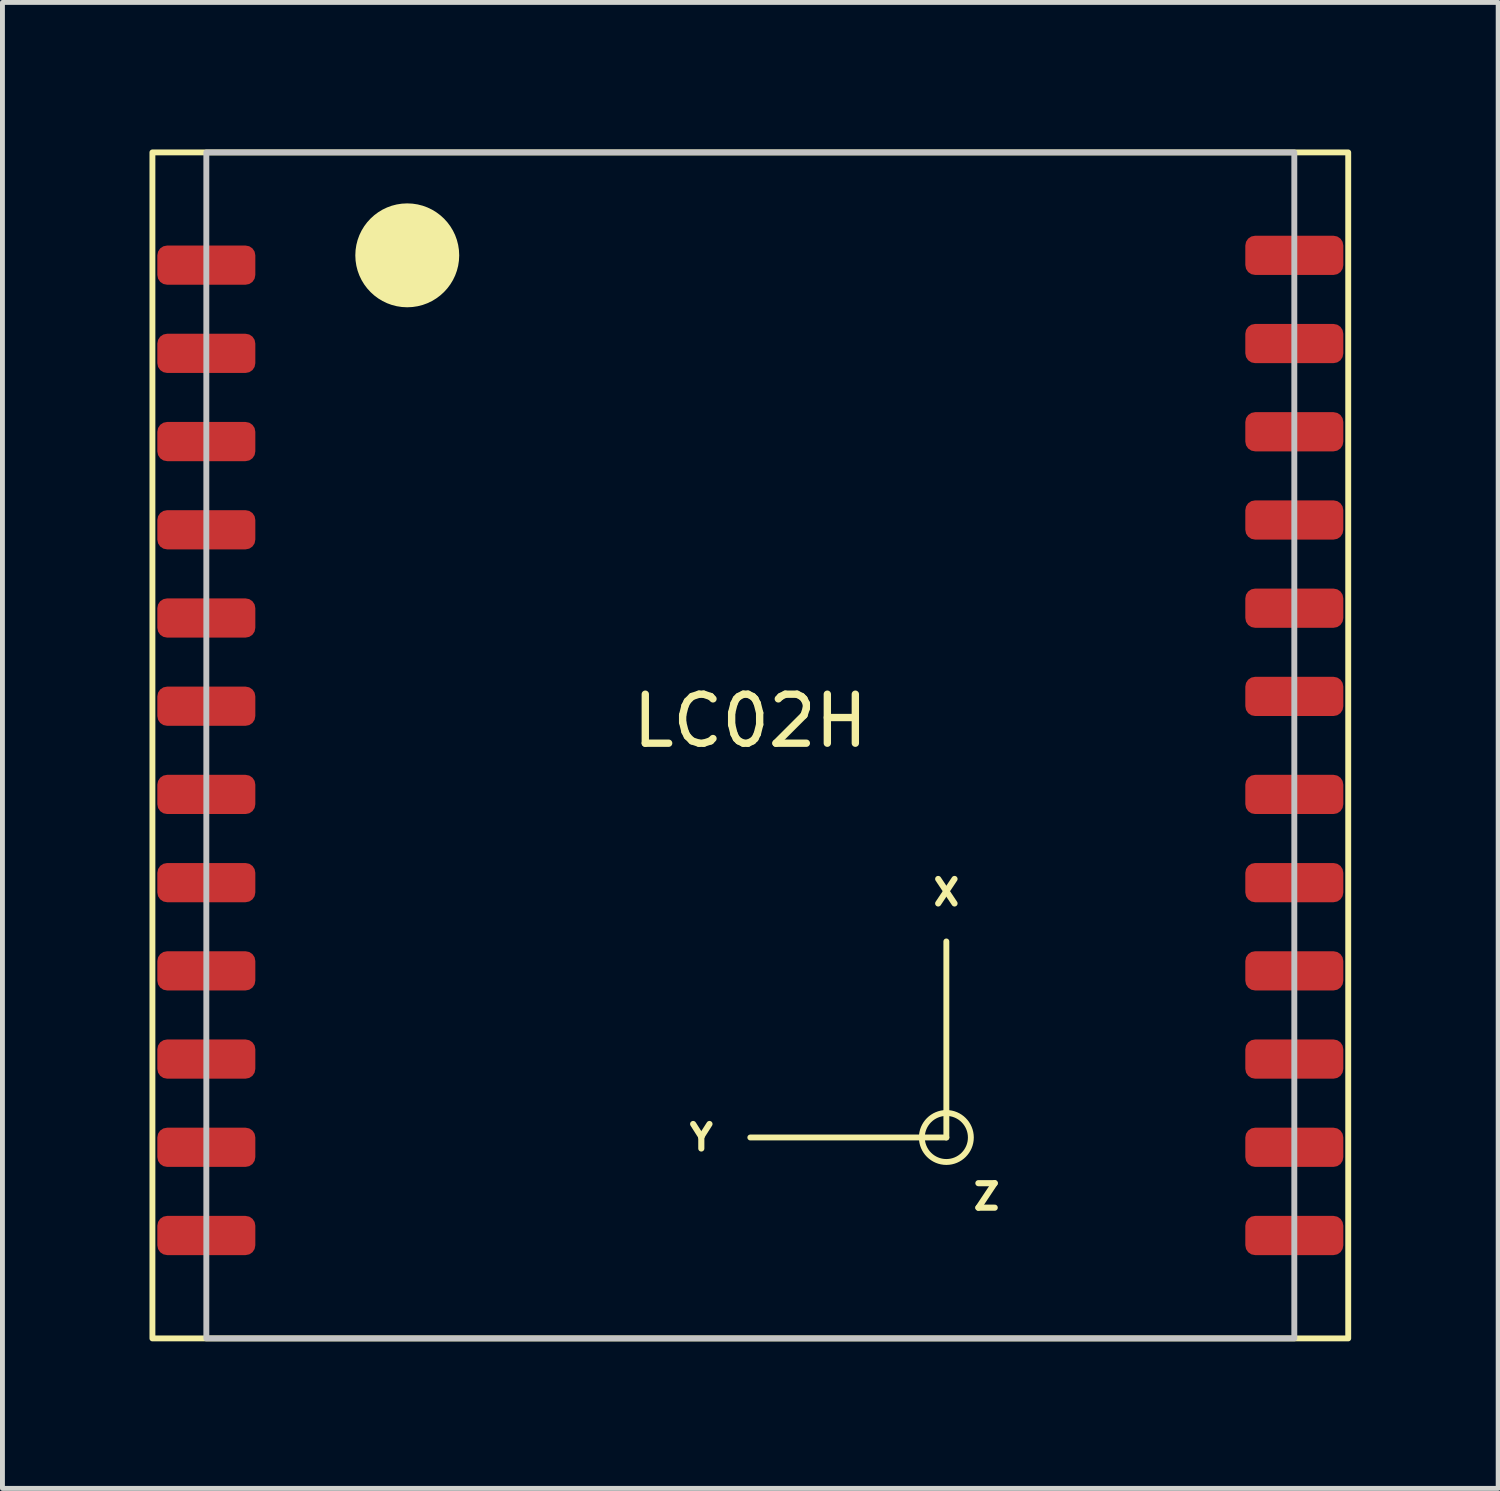
<source format=kicad_pcb>
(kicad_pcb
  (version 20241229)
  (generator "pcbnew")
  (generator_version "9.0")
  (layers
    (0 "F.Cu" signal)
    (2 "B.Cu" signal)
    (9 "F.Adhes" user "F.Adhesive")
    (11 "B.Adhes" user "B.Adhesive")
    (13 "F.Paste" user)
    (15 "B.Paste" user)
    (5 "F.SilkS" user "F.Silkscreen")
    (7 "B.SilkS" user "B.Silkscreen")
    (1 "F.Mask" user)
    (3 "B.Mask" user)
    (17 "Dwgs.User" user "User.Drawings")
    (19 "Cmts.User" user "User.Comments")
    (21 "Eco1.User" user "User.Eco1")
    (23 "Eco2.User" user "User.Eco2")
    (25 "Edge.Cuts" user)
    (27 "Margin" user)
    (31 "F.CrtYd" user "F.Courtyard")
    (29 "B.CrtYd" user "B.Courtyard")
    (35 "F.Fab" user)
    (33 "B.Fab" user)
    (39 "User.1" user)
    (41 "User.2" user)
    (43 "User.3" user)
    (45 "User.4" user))
  (footprint "LC02H"
    (layer "F.Cu")
    (at 12.26 12.16)
    (property "Reference" "LC02H" (at 0 -0.5 0) (unlocked yes) (layer "F.SilkS") (effects (font (size 1 1) (thickness 0.15))))
    (attr smd)
    (fp_line (start 0 8) (end 4 8) (stroke (width 0.12) (type default)) (layer "F.SilkS"))
    (fp_line (start 4 4) (end 4 8) (stroke (width 0.12) (type default)) (layer "F.SilkS"))
    (fp_rect (start -12.2 -12.1) (end 12.2 12.1) (stroke (width 0.12) (type default)) (fill no) (layer "F.SilkS"))
    (fp_circle (center -7 -10) (end -6 -10) (stroke (width 0.12) (type solid)) (fill yes) (layer "F.SilkS"))
    (fp_circle (center 4 8) (end 4.5 8) (stroke (width 0.12) (type default)) (fill no) (layer "F.SilkS"))
    (fp_rect (start -11.1 -12.1) (end 11.1 12.1) (stroke (width 0.12) (type solid)) (fill no) (layer "Dwgs.User"))
    (fp_text user "X" (at 4 3 0) (unlocked yes) (layer "F.SilkS") (effects (font (size 0.5 0.5) (thickness 0.125))))
    (fp_text user "Y" (at -1 8 0) (unlocked yes) (layer "F.SilkS") (effects (font (size 0.5 0.5) (thickness 0.125))))
    (fp_text user "Z" (at 4.5 9.5 0) (unlocked yes) (layer "F.SilkS") (effects (font (size 0.5 0.5) (thickness 0.125)) (justify left bottom)))
    (pad "1" smd roundrect (at -11.1 -9.8) (size 2 0.8) (layers "F.Cu" "F.Mask" "F.Paste") (roundrect_rratio 0.25))
    (pad "2" smd roundrect (at -11.1 -8) (size 2 0.8) (layers "F.Cu" "F.Mask" "F.Paste") (roundrect_rratio 0.25))
    (pad "3" smd roundrect (at -11.1 -6.2) (size 2 0.8) (layers "F.Cu" "F.Mask" "F.Paste") (roundrect_rratio 0.25))
    (pad "4" smd roundrect (at -11.1 -4.4) (size 2 0.8) (layers "F.Cu" "F.Mask" "F.Paste") (roundrect_rratio 0.25))
    (pad "5" smd roundrect (at -11.1 -2.6) (size 2 0.8) (layers "F.Cu" "F.Mask" "F.Paste") (roundrect_rratio 0.25))
    (pad "6" smd roundrect (at -11.1 -0.8) (size 2 0.8) (layers "F.Cu" "F.Mask" "F.Paste") (roundrect_rratio 0.25))
    (pad "7" smd roundrect (at -11.1 1) (size 2 0.8) (layers "F.Cu" "F.Mask" "F.Paste") (roundrect_rratio 0.25))
    (pad "8" smd roundrect (at -11.1 2.8) (size 2 0.8) (layers "F.Cu" "F.Mask" "F.Paste") (roundrect_rratio 0.25))
    (pad "9" smd roundrect (at -11.1 4.6) (size 2 0.8) (layers "F.Cu" "F.Mask" "F.Paste") (roundrect_rratio 0.25))
    (pad "10" smd roundrect (at -11.1 6.4) (size 2 0.8) (layers "F.Cu" "F.Mask" "F.Paste") (roundrect_rratio 0.25))
    (pad "11" smd roundrect (at -11.1 8.2) (size 2 0.8) (layers "F.Cu" "F.Mask" "F.Paste") (roundrect_rratio 0.25))
    (pad "12" smd roundrect (at -11.1 10) (size 2 0.8) (layers "F.Cu" "F.Mask" "F.Paste") (roundrect_rratio 0.25))
    (pad "13" smd roundrect (at 11.1 10) (size 2 0.8) (layers "F.Cu" "F.Mask" "F.Paste") (roundrect_rratio 0.25))
    (pad "14" smd roundrect (at 11.1 8.2) (size 2 0.8) (layers "F.Cu" "F.Mask" "F.Paste") (roundrect_rratio 0.25))
    (pad "15" smd roundrect (at 11.1 6.4) (size 2 0.8) (layers "F.Cu" "F.Mask" "F.Paste") (roundrect_rratio 0.25))
    (pad "16" smd roundrect (at 11.1 4.6) (size 2 0.8) (layers "F.Cu" "F.Mask" "F.Paste") (roundrect_rratio 0.25))
    (pad "17" smd roundrect (at 11.1 2.8) (size 2 0.8) (layers "F.Cu" "F.Mask" "F.Paste") (roundrect_rratio 0.25))
    (pad "18" smd roundrect (at 11.1 1) (size 2 0.8) (layers "F.Cu" "F.Mask" "F.Paste") (roundrect_rratio 0.25))
    (pad "19" smd roundrect (at 11.1 -1) (size 2 0.8) (layers "F.Cu" "F.Mask" "F.Paste") (roundrect_rratio 0.25))
    (pad "20" smd roundrect (at 11.1 -2.8) (size 2 0.8) (layers "F.Cu" "F.Mask" "F.Paste") (roundrect_rratio 0.25))
    (pad "21" smd roundrect (at 11.1 -4.6) (size 2 0.8) (layers "F.Cu" "F.Mask" "F.Paste") (roundrect_rratio 0.25))
    (pad "22" smd roundrect (at 11.1 -6.4) (size 2 0.8) (layers "F.Cu" "F.Mask" "F.Paste") (roundrect_rratio 0.25))
    (pad "23" smd roundrect (at 11.1 -8.2) (size 2 0.8) (layers "F.Cu" "F.Mask" "F.Paste") (roundrect_rratio 0.25))
    (pad "24" smd roundrect (at 11.1 -10) (size 2 0.8) (layers "F.Cu" "F.Mask" "F.Paste") (roundrect_rratio 0.25)))
  (gr_rect
    (start -3 -3)
    (end 27.52 27.32)
    (stroke (width 0.1) (type default))
    (fill no)
    (layer "Edge.Cuts")))
</source>
